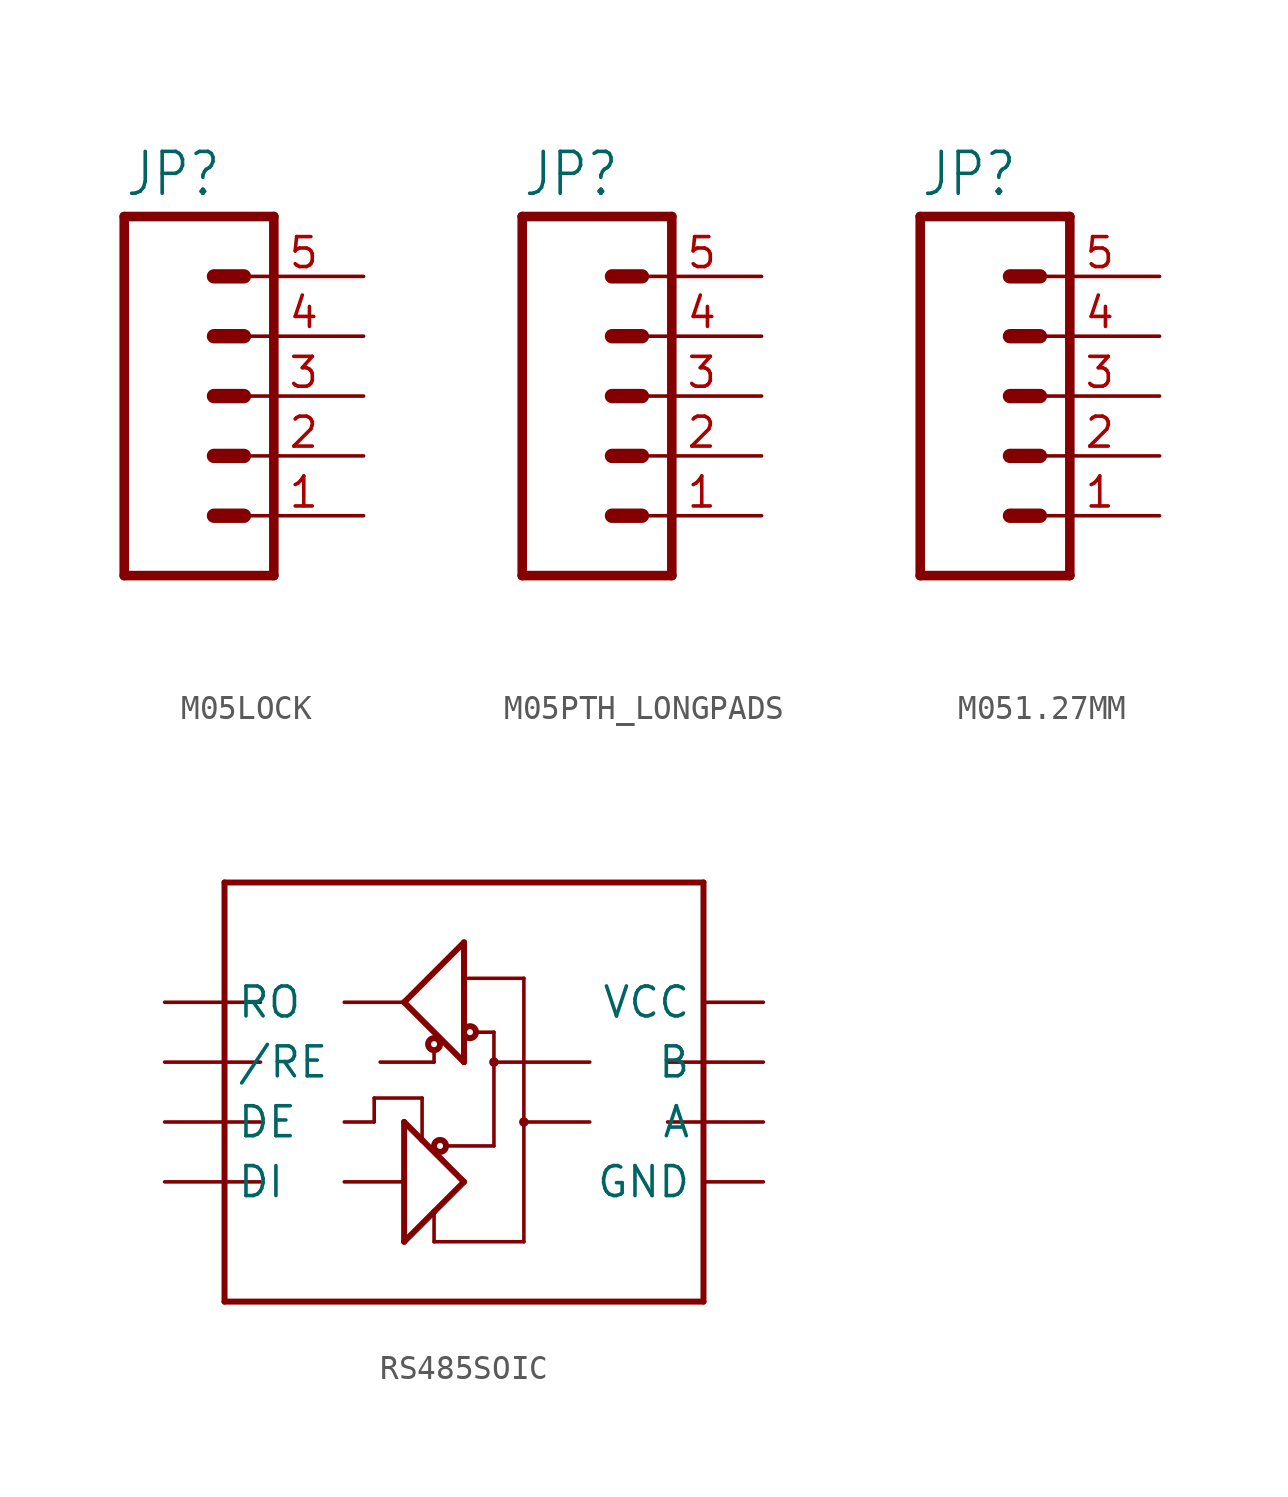
<source format=kicad_sym>
(kicad_symbol_lib
  (version 20231120)
  (generator "kicad_symbol_editor")
  (generator_version "8.0")
  (symbol "M05LOCK"
    (property "Reference" "JP"
      (at -2.54 8.382 0)
      (effects (font (size 1.778 1.511)) (justify left bottom)))
    (property "Value" ""
      (at -2.54 -10.16 0)
      (effects (font (size 1.778 1.511)) (justify left bottom)))
    (property "ki_locked" ""
      (at 0 0 0)
      (effects (font (size 1.27 1.27))))
    (symbol "M05LOCK_1_0"
      (polyline (pts (xy -2.54 7.62) (xy -2.54 -7.62)) (stroke (width 0.406) (type solid)) (fill (type none)))
      (polyline (pts (xy -2.54 7.62) (xy 3.81 7.62)) (stroke (width 0.406) (type solid)) (fill (type none)))
      (polyline (pts (xy 1.27 -5.08) (xy 2.54 -5.08)) (stroke (width 0.61) (type solid)) (fill (type none)))
      (polyline (pts (xy 1.27 -2.54) (xy 2.54 -2.54)) (stroke (width 0.61) (type solid)) (fill (type none)))
      (polyline (pts (xy 1.27 0) (xy 2.54 0)) (stroke (width 0.61) (type solid)) (fill (type none)))
      (polyline (pts (xy 1.27 2.54) (xy 2.54 2.54)) (stroke (width 0.61) (type solid)) (fill (type none)))
      (polyline (pts (xy 1.27 5.08) (xy 2.54 5.08)) (stroke (width 0.61) (type solid)) (fill (type none)))
      (polyline (pts (xy 3.81 -7.62) (xy -2.54 -7.62)) (stroke (width 0.406) (type solid)) (fill (type none)))
      (polyline (pts (xy 3.81 -7.62) (xy 3.81 7.62)) (stroke (width 0.406) (type solid)) (fill (type none)))
      (pin passive line (at 7.62 -5.08 180) (length 5.08) (name "1" (effects (font (size 0 0)))) (number "1" (effects (font (size 1.27 1.27)))))
      (pin passive line (at 7.62 -2.54 180) (length 5.08) (name "2" (effects (font (size 0 0)))) (number "2" (effects (font (size 1.27 1.27)))))
      (pin passive line (at 7.62 0 180) (length 5.08) (name "3" (effects (font (size 0 0)))) (number "3" (effects (font (size 1.27 1.27)))))
      (pin passive line (at 7.62 2.54 180) (length 5.08) (name "4" (effects (font (size 0 0)))) (number "4" (effects (font (size 1.27 1.27)))))
      (pin passive line (at 7.62 5.08 180) (length 5.08) (name "5" (effects (font (size 0 0)))) (number "5" (effects (font (size 1.27 1.27)))))))
  (symbol "M05PTH_LONGPADS"
    (property "Reference" "JP"
      (at -2.54 8.382 0)
      (effects (font (size 1.778 1.511)) (justify left bottom)))
    (property "Value" ""
      (at -2.54 -10.16 0)
      (effects (font (size 1.778 1.511)) (justify left bottom)))
    (property "ki_locked" ""
      (at 0 0 0)
      (effects (font (size 1.27 1.27))))
    (symbol "M05PTH_LONGPADS_1_0"
      (polyline (pts (xy -2.54 7.62) (xy -2.54 -7.62)) (stroke (width 0.406) (type solid)) (fill (type none)))
      (polyline (pts (xy -2.54 7.62) (xy 3.81 7.62)) (stroke (width 0.406) (type solid)) (fill (type none)))
      (polyline (pts (xy 1.27 -5.08) (xy 2.54 -5.08)) (stroke (width 0.61) (type solid)) (fill (type none)))
      (polyline (pts (xy 1.27 -2.54) (xy 2.54 -2.54)) (stroke (width 0.61) (type solid)) (fill (type none)))
      (polyline (pts (xy 1.27 0) (xy 2.54 0)) (stroke (width 0.61) (type solid)) (fill (type none)))
      (polyline (pts (xy 1.27 2.54) (xy 2.54 2.54)) (stroke (width 0.61) (type solid)) (fill (type none)))
      (polyline (pts (xy 1.27 5.08) (xy 2.54 5.08)) (stroke (width 0.61) (type solid)) (fill (type none)))
      (polyline (pts (xy 3.81 -7.62) (xy -2.54 -7.62)) (stroke (width 0.406) (type solid)) (fill (type none)))
      (polyline (pts (xy 3.81 -7.62) (xy 3.81 7.62)) (stroke (width 0.406) (type solid)) (fill (type none)))
      (pin passive line (at 7.62 -5.08 180) (length 5.08) (name "1" (effects (font (size 0 0)))) (number "1" (effects (font (size 1.27 1.27)))))
      (pin passive line (at 7.62 -2.54 180) (length 5.08) (name "2" (effects (font (size 0 0)))) (number "2" (effects (font (size 1.27 1.27)))))
      (pin passive line (at 7.62 0 180) (length 5.08) (name "3" (effects (font (size 0 0)))) (number "3" (effects (font (size 1.27 1.27)))))
      (pin passive line (at 7.62 2.54 180) (length 5.08) (name "4" (effects (font (size 0 0)))) (number "4" (effects (font (size 1.27 1.27)))))
      (pin passive line (at 7.62 5.08 180) (length 5.08) (name "5" (effects (font (size 0 0)))) (number "5" (effects (font (size 1.27 1.27)))))))
  (symbol "M051.27MM"
    (property "Reference" "JP"
      (at -2.54 8.382 0)
      (effects (font (size 1.778 1.511)) (justify left bottom)))
    (property "Value" ""
      (at -2.54 -10.16 0)
      (effects (font (size 1.778 1.511)) (justify left bottom)))
    (property "ki_locked" ""
      (at 0 0 0)
      (effects (font (size 1.27 1.27))))
    (symbol "M051.27MM_1_0"
      (polyline (pts (xy -2.54 7.62) (xy -2.54 -7.62)) (stroke (width 0.406) (type solid)) (fill (type none)))
      (polyline (pts (xy -2.54 7.62) (xy 3.81 7.62)) (stroke (width 0.406) (type solid)) (fill (type none)))
      (polyline (pts (xy 1.27 -5.08) (xy 2.54 -5.08)) (stroke (width 0.61) (type solid)) (fill (type none)))
      (polyline (pts (xy 1.27 -2.54) (xy 2.54 -2.54)) (stroke (width 0.61) (type solid)) (fill (type none)))
      (polyline (pts (xy 1.27 0) (xy 2.54 0)) (stroke (width 0.61) (type solid)) (fill (type none)))
      (polyline (pts (xy 1.27 2.54) (xy 2.54 2.54)) (stroke (width 0.61) (type solid)) (fill (type none)))
      (polyline (pts (xy 1.27 5.08) (xy 2.54 5.08)) (stroke (width 0.61) (type solid)) (fill (type none)))
      (polyline (pts (xy 3.81 -7.62) (xy -2.54 -7.62)) (stroke (width 0.406) (type solid)) (fill (type none)))
      (polyline (pts (xy 3.81 -7.62) (xy 3.81 7.62)) (stroke (width 0.406) (type solid)) (fill (type none)))
      (pin passive line (at 7.62 -5.08 180) (length 5.08) (name "1" (effects (font (size 0 0)))) (number "1" (effects (font (size 1.27 1.27)))))
      (pin passive line (at 7.62 -2.54 180) (length 5.08) (name "2" (effects (font (size 0 0)))) (number "2" (effects (font (size 1.27 1.27)))))
      (pin passive line (at 7.62 0 180) (length 5.08) (name "3" (effects (font (size 0 0)))) (number "3" (effects (font (size 1.27 1.27)))))
      (pin passive line (at 7.62 2.54 180) (length 5.08) (name "4" (effects (font (size 0 0)))) (number "4" (effects (font (size 1.27 1.27)))))
      (pin passive line (at 7.62 5.08 180) (length 5.08) (name "5" (effects (font (size 0 0)))) (number "5" (effects (font (size 1.27 1.27)))))))
  (symbol "RS485SOIC"
    (property "Reference" ""
      (at -7.62 8.128 0)
      (effects (font (size 1.778 1.511)) (justify left bottom) (hide yes)))
    (property "ki_locked" ""
      (at 0 0 0)
      (effects (font (size 1.27 1.27))))
    (symbol "RS485SOIC_1_0"
      (polyline (pts (xy -7.62 -10.16) (xy -7.62 -5.08)) (stroke (width 0.254) (type solid)) (fill (type none)))
      (polyline (pts (xy -7.62 -5.08) (xy -7.62 -2.54)) (stroke (width 0.254) (type solid)) (fill (type none)))
      (polyline (pts (xy -7.62 -5.08) (xy -6.096 -5.08)) (stroke (width 0.152) (type solid)) (fill (type none)))
      (polyline (pts (xy -7.62 -2.54) (xy -7.62 0)) (stroke (width 0.254) (type solid)) (fill (type none)))
      (polyline (pts (xy -7.62 -2.54) (xy -6.096 -2.54)) (stroke (width 0.152) (type solid)) (fill (type none)))
      (polyline (pts (xy -7.62 0) (xy -7.62 2.54)) (stroke (width 0.254) (type solid)) (fill (type none)))
      (polyline (pts (xy -7.62 0) (xy -6.096 0)) (stroke (width 0.152) (type solid)) (fill (type none)))
      (polyline (pts (xy -7.62 2.54) (xy -7.62 7.62)) (stroke (width 0.254) (type solid)) (fill (type none)))
      (polyline (pts (xy -7.62 2.54) (xy -6.096 2.54)) (stroke (width 0.152) (type solid)) (fill (type none)))
      (polyline (pts (xy -7.62 7.62) (xy 12.7 7.62)) (stroke (width 0.254) (type solid)) (fill (type none)))
      (polyline (pts (xy -2.54 2.54) (xy 0 2.54)) (stroke (width 0.152) (type solid)) (fill (type none)))
      (polyline (pts (xy -1.27 -2.54) (xy -2.54 -2.54)) (stroke (width 0.152) (type solid)) (fill (type none)))
      (polyline (pts (xy -1.27 -2.54) (xy -1.27 -1.524)) (stroke (width 0.152) (type solid)) (fill (type none)))
      (polyline (pts (xy -1.27 -1.524) (xy 0.762 -1.524)) (stroke (width 0.152) (type solid)) (fill (type none)))
      (polyline (pts (xy 0 -7.62) (xy 1.27 -6.35)) (stroke (width 0.254) (type solid)) (fill (type none)))
      (polyline (pts (xy 0 -5.08) (xy -2.54 -5.08)) (stroke (width 0.152) (type solid)) (fill (type none)))
      (polyline (pts (xy 0 -5.08) (xy 0 -7.62)) (stroke (width 0.254) (type solid)) (fill (type none)))
      (polyline (pts (xy 0 -2.54) (xy 0 -5.08)) (stroke (width 0.254) (type solid)) (fill (type none)))
      (polyline (pts (xy 0 2.54) (xy 2.54 0)) (stroke (width 0.254) (type solid)) (fill (type none)))
      (polyline (pts (xy 0.762 -3.302) (xy 0 -2.54)) (stroke (width 0.254) (type solid)) (fill (type none)))
      (polyline (pts (xy 0.762 -1.524) (xy 0.762 -3.302)) (stroke (width 0.152) (type solid)) (fill (type none)))
      (polyline (pts (xy 1.27 -7.62) (xy 5.08 -7.62)) (stroke (width 0.152) (type solid)) (fill (type none)))
      (polyline (pts (xy 1.27 -6.35) (xy 1.27 -7.62)) (stroke (width 0.152) (type solid)) (fill (type none)))
      (polyline (pts (xy 1.27 -6.35) (xy 2.54 -5.08)) (stroke (width 0.254) (type solid)) (fill (type none)))
      (polyline (pts (xy 1.27 0) (xy -1.016 0)) (stroke (width 0.152) (type solid)) (fill (type none)))
      (polyline (pts (xy 1.27 0.508) (xy 1.27 0)) (stroke (width 0.152) (type solid)) (fill (type none)))
      (polyline (pts (xy 1.778 -3.556) (xy 3.81 -3.556)) (stroke (width 0.152) (type solid)) (fill (type none)))
      (polyline (pts (xy 2.54 -5.08) (xy 0.762 -3.302)) (stroke (width 0.254) (type solid)) (fill (type none)))
      (polyline (pts (xy 2.54 3.556) (xy 2.54 0)) (stroke (width 0.254) (type solid)) (fill (type none)))
      (polyline (pts (xy 2.54 5.08) (xy 0 2.54)) (stroke (width 0.254) (type solid)) (fill (type none)))
      (polyline (pts (xy 2.54 5.08) (xy 2.54 3.556)) (stroke (width 0.254) (type solid)) (fill (type none)))
      (polyline (pts (xy 3.81 -3.556) (xy 3.81 0)) (stroke (width 0.152) (type solid)) (fill (type none)))
      (polyline (pts (xy 3.81 0) (xy 3.81 1.27)) (stroke (width 0.152) (type solid)) (fill (type none)))
      (polyline (pts (xy 3.81 0) (xy 7.874 0)) (stroke (width 0.152) (type solid)) (fill (type none)))
      (polyline (pts (xy 3.81 1.27) (xy 3.048 1.27)) (stroke (width 0.152) (type solid)) (fill (type none)))
      (polyline (pts (xy 5.08 -2.54) (xy 5.08 -7.62)) (stroke (width 0.152) (type solid)) (fill (type none)))
      (polyline (pts (xy 5.08 -2.54) (xy 5.08 3.556)) (stroke (width 0.152) (type solid)) (fill (type none)))
      (polyline (pts (xy 5.08 -2.54) (xy 7.874 -2.54)) (stroke (width 0.152) (type solid)) (fill (type none)))
      (polyline (pts (xy 5.08 3.556) (xy 2.54 3.556)) (stroke (width 0.152) (type solid)) (fill (type none)))
      (polyline (pts (xy 12.7 -10.16) (xy -7.62 -10.16)) (stroke (width 0.254) (type solid)) (fill (type none)))
      (polyline (pts (xy 12.7 -2.54) (xy 11.176 -2.54)) (stroke (width 0.152) (type solid)) (fill (type none)))
      (polyline (pts (xy 12.7 -2.54) (xy 12.7 -10.16)) (stroke (width 0.254) (type solid)) (fill (type none)))
      (polyline (pts (xy 12.7 0) (xy 11.176 0)) (stroke (width 0.152) (type solid)) (fill (type none)))
      (polyline (pts (xy 12.7 0) (xy 12.7 -2.54)) (stroke (width 0.254) (type solid)) (fill (type none)))
      (polyline (pts (xy 12.7 7.62) (xy 12.7 0)) (stroke (width 0.254) (type solid)) (fill (type none)))
      (circle (center 1.27 0.762) (radius 0.254) (stroke (width 0.254) (type solid)) (fill (type none)))
      (circle (center 1.524 -3.556) (radius 0.254) (stroke (width 0.254) (type solid)) (fill (type none)))
      (circle (center 2.794 1.27) (radius 0.254) (stroke (width 0.254) (type solid)) (fill (type none)))
      (circle (center 3.81 0) (radius 0.127) (stroke (width 0.152) (type solid)) (fill (type none)))
      (circle (center 5.08 -2.54) (radius 0.127) (stroke (width 0.152) (type solid)) (fill (type none)))
      (pin bidirectional line (at -10.16 2.54 0) (length 2.54) (name "RO" (effects (font (size 1.27 1.27)))) (number "1" (effects (font (size 0 0)))))
      (pin bidirectional line (at -10.16 0 0) (length 2.54) (name "/RE" (effects (font (size 1.27 1.27)))) (number "2" (effects (font (size 0 0)))))
      (pin bidirectional line (at -10.16 -2.54 0) (length 2.54) (name "DE" (effects (font (size 1.27 1.27)))) (number "3" (effects (font (size 0 0)))))
      (pin bidirectional line (at -10.16 -5.08 0) (length 2.54) (name "DI" (effects (font (size 1.27 1.27)))) (number "4" (effects (font (size 0 0)))))
      (pin bidirectional line (at 15.24 -5.08 180) (length 2.54) (name "GND" (effects (font (size 1.27 1.27)))) (number "5" (effects (font (size 0 0)))))
      (pin bidirectional line (at 15.24 -2.54 180) (length 2.54) (name "A" (effects (font (size 1.27 1.27)))) (number "6" (effects (font (size 0 0)))))
      (pin bidirectional line (at 15.24 0 180) (length 2.54) (name "B" (effects (font (size 1.27 1.27)))) (number "7" (effects (font (size 0 0)))))
      (pin bidirectional line (at 15.24 2.54 180) (length 2.54) (name "VCC" (effects (font (size 1.27 1.27)))) (number "8" (effects (font (size 0 0))))))))
</source>
